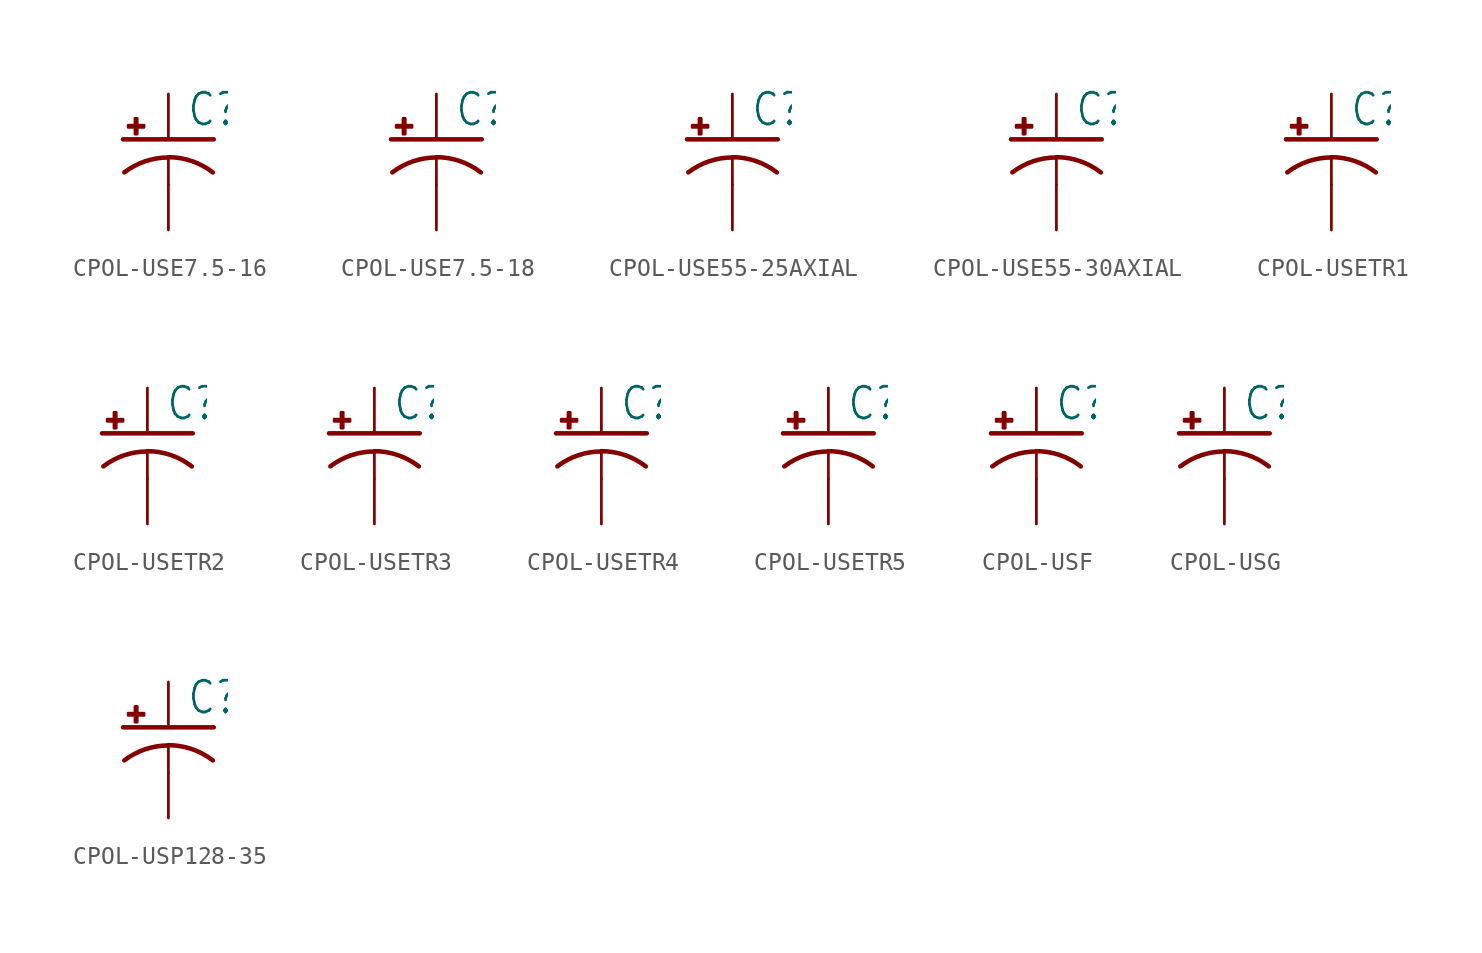
<source format=kicad_sym>
(kicad_symbol_lib
  (version 20231120)
  (generator "kicad_symbol_editor")
  (generator_version "8.0")
  (symbol "CPOL-USE7.5-16"
    (property "Reference" "C"
      (at 1.016 0.635 0)
      (effects (font (size 1.778 1.511)) (justify left bottom)))
    (property "Value" ""
      (at 1.016 -4.191 0)
      (effects (font (size 1.778 1.511)) (justify left bottom)))
    (property "ki_locked" ""
      (at 0 0 0)
      (effects (font (size 1.27 1.27))))
    (symbol "CPOL-USE7.5-16_1_0"
      (rectangle (start -2.253 0.668) (end -1.364 0.795) (stroke (width 0) (type default)) (fill (type outline)))
      (rectangle (start -1.872 0.287) (end -1.745 1.176) (stroke (width 0) (type default)) (fill (type outline)))
      (arc (start 0 -1.0161) (mid -1.3021 -1.2303) (end -2.4669 -1.8504) (stroke (width 0.254) (type solid)) (fill (type none)))
      (polyline (pts (xy -2.54 0) (xy 2.54 0)) (stroke (width 0.254) (type solid)) (fill (type none)))
      (polyline (pts (xy 0 -1.016) (xy 0 -2.54)) (stroke (width 0.152) (type solid)) (fill (type none)))
      (arc (start 2.4892 -1.8541) (mid 1.3158 -1.2194) (end 0 -1) (stroke (width 0.254) (type solid)) (fill (type none)))
      (pin passive line (at 0 2.54 270) (length 2.54) (name "+" (effects (font (size 0 0)))) (number "+" (effects (font (size 0 0)))))
      (pin passive line (at 0 -5.08 90) (length 2.54) (name "-" (effects (font (size 0 0)))) (number "-" (effects (font (size 0 0)))))))
  (symbol "CPOL-USE7.5-18"
    (property "Reference" "C"
      (at 1.016 0.635 0)
      (effects (font (size 1.778 1.511)) (justify left bottom)))
    (property "Value" ""
      (at 1.016 -4.191 0)
      (effects (font (size 1.778 1.511)) (justify left bottom)))
    (property "ki_locked" ""
      (at 0 0 0)
      (effects (font (size 1.27 1.27))))
    (symbol "CPOL-USE7.5-18_1_0"
      (rectangle (start -2.253 0.668) (end -1.364 0.795) (stroke (width 0) (type default)) (fill (type outline)))
      (rectangle (start -1.872 0.287) (end -1.745 1.176) (stroke (width 0) (type default)) (fill (type outline)))
      (arc (start 0 -1.0161) (mid -1.3021 -1.2303) (end -2.4669 -1.8504) (stroke (width 0.254) (type solid)) (fill (type none)))
      (polyline (pts (xy -2.54 0) (xy 2.54 0)) (stroke (width 0.254) (type solid)) (fill (type none)))
      (polyline (pts (xy 0 -1.016) (xy 0 -2.54)) (stroke (width 0.152) (type solid)) (fill (type none)))
      (arc (start 2.4892 -1.8541) (mid 1.3158 -1.2194) (end 0 -1) (stroke (width 0.254) (type solid)) (fill (type none)))
      (pin passive line (at 0 2.54 270) (length 2.54) (name "+" (effects (font (size 0 0)))) (number "+" (effects (font (size 0 0)))))
      (pin passive line (at 0 -5.08 90) (length 2.54) (name "-" (effects (font (size 0 0)))) (number "-" (effects (font (size 0 0)))))))
  (symbol "CPOL-USE55-25AXIAL"
    (property "Reference" "C"
      (at 1.016 0.635 0)
      (effects (font (size 1.778 1.511)) (justify left bottom)))
    (property "Value" ""
      (at 1.016 -4.191 0)
      (effects (font (size 1.778 1.511)) (justify left bottom)))
    (property "ki_locked" ""
      (at 0 0 0)
      (effects (font (size 1.27 1.27))))
    (symbol "CPOL-USE55-25AXIAL_1_0"
      (rectangle (start -2.253 0.668) (end -1.364 0.795) (stroke (width 0) (type default)) (fill (type outline)))
      (rectangle (start -1.872 0.287) (end -1.745 1.176) (stroke (width 0) (type default)) (fill (type outline)))
      (arc (start 0 -1.0161) (mid -1.3021 -1.2303) (end -2.4669 -1.8504) (stroke (width 0.254) (type solid)) (fill (type none)))
      (polyline (pts (xy -2.54 0) (xy 2.54 0)) (stroke (width 0.254) (type solid)) (fill (type none)))
      (polyline (pts (xy 0 -1.016) (xy 0 -2.54)) (stroke (width 0.152) (type solid)) (fill (type none)))
      (arc (start 2.4892 -1.8541) (mid 1.3158 -1.2194) (end 0 -1) (stroke (width 0.254) (type solid)) (fill (type none)))
      (pin passive line (at 0 2.54 270) (length 2.54) (name "+" (effects (font (size 0 0)))) (number "+" (effects (font (size 0 0)))))
      (pin passive line (at 0 -5.08 90) (length 2.54) (name "-" (effects (font (size 0 0)))) (number "-" (effects (font (size 0 0)))))))
  (symbol "CPOL-USE55-30AXIAL"
    (property "Reference" "C"
      (at 1.016 0.635 0)
      (effects (font (size 1.778 1.511)) (justify left bottom)))
    (property "Value" ""
      (at 1.016 -4.191 0)
      (effects (font (size 1.778 1.511)) (justify left bottom)))
    (property "ki_locked" ""
      (at 0 0 0)
      (effects (font (size 1.27 1.27))))
    (symbol "CPOL-USE55-30AXIAL_1_0"
      (rectangle (start -2.253 0.668) (end -1.364 0.795) (stroke (width 0) (type default)) (fill (type outline)))
      (rectangle (start -1.872 0.287) (end -1.745 1.176) (stroke (width 0) (type default)) (fill (type outline)))
      (arc (start 0 -1.0161) (mid -1.3021 -1.2303) (end -2.4669 -1.8504) (stroke (width 0.254) (type solid)) (fill (type none)))
      (polyline (pts (xy -2.54 0) (xy 2.54 0)) (stroke (width 0.254) (type solid)) (fill (type none)))
      (polyline (pts (xy 0 -1.016) (xy 0 -2.54)) (stroke (width 0.152) (type solid)) (fill (type none)))
      (arc (start 2.4892 -1.8541) (mid 1.3158 -1.2194) (end 0 -1) (stroke (width 0.254) (type solid)) (fill (type none)))
      (pin passive line (at 0 2.54 270) (length 2.54) (name "+" (effects (font (size 0 0)))) (number "+" (effects (font (size 0 0)))))
      (pin passive line (at 0 -5.08 90) (length 2.54) (name "-" (effects (font (size 0 0)))) (number "-" (effects (font (size 0 0)))))))
  (symbol "CPOL-USETR1"
    (property "Reference" "C"
      (at 1.016 0.635 0)
      (effects (font (size 1.778 1.511)) (justify left bottom)))
    (property "Value" ""
      (at 1.016 -4.191 0)
      (effects (font (size 1.778 1.511)) (justify left bottom)))
    (property "ki_locked" ""
      (at 0 0 0)
      (effects (font (size 1.27 1.27))))
    (symbol "CPOL-USETR1_1_0"
      (rectangle (start -2.253 0.668) (end -1.364 0.795) (stroke (width 0) (type default)) (fill (type outline)))
      (rectangle (start -1.872 0.287) (end -1.745 1.176) (stroke (width 0) (type default)) (fill (type outline)))
      (arc (start 0 -1.0161) (mid -1.3021 -1.2303) (end -2.4669 -1.8504) (stroke (width 0.254) (type solid)) (fill (type none)))
      (polyline (pts (xy -2.54 0) (xy 2.54 0)) (stroke (width 0.254) (type solid)) (fill (type none)))
      (polyline (pts (xy 0 -1.016) (xy 0 -2.54)) (stroke (width 0.152) (type solid)) (fill (type none)))
      (arc (start 2.4892 -1.8541) (mid 1.3158 -1.2194) (end 0 -1) (stroke (width 0.254) (type solid)) (fill (type none)))
      (pin passive line (at 0 2.54 270) (length 2.54) (name "+" (effects (font (size 0 0)))) (number "+" (effects (font (size 0 0)))))
      (pin passive line (at 0 -5.08 90) (length 2.54) (name "-" (effects (font (size 0 0)))) (number "-" (effects (font (size 0 0)))))))
  (symbol "CPOL-USETR2"
    (property "Reference" "C"
      (at 1.016 0.635 0)
      (effects (font (size 1.778 1.511)) (justify left bottom)))
    (property "Value" ""
      (at 1.016 -4.191 0)
      (effects (font (size 1.778 1.511)) (justify left bottom)))
    (property "ki_locked" ""
      (at 0 0 0)
      (effects (font (size 1.27 1.27))))
    (symbol "CPOL-USETR2_1_0"
      (rectangle (start -2.253 0.668) (end -1.364 0.795) (stroke (width 0) (type default)) (fill (type outline)))
      (rectangle (start -1.872 0.287) (end -1.745 1.176) (stroke (width 0) (type default)) (fill (type outline)))
      (arc (start 0 -1.0161) (mid -1.3021 -1.2303) (end -2.4669 -1.8504) (stroke (width 0.254) (type solid)) (fill (type none)))
      (polyline (pts (xy -2.54 0) (xy 2.54 0)) (stroke (width 0.254) (type solid)) (fill (type none)))
      (polyline (pts (xy 0 -1.016) (xy 0 -2.54)) (stroke (width 0.152) (type solid)) (fill (type none)))
      (arc (start 2.4892 -1.8541) (mid 1.3158 -1.2194) (end 0 -1) (stroke (width 0.254) (type solid)) (fill (type none)))
      (pin passive line (at 0 2.54 270) (length 2.54) (name "+" (effects (font (size 0 0)))) (number "+" (effects (font (size 0 0)))))
      (pin passive line (at 0 -5.08 90) (length 2.54) (name "-" (effects (font (size 0 0)))) (number "-" (effects (font (size 0 0)))))))
  (symbol "CPOL-USETR3"
    (property "Reference" "C"
      (at 1.016 0.635 0)
      (effects (font (size 1.778 1.511)) (justify left bottom)))
    (property "Value" ""
      (at 1.016 -4.191 0)
      (effects (font (size 1.778 1.511)) (justify left bottom)))
    (property "ki_locked" ""
      (at 0 0 0)
      (effects (font (size 1.27 1.27))))
    (symbol "CPOL-USETR3_1_0"
      (rectangle (start -2.253 0.668) (end -1.364 0.795) (stroke (width 0) (type default)) (fill (type outline)))
      (rectangle (start -1.872 0.287) (end -1.745 1.176) (stroke (width 0) (type default)) (fill (type outline)))
      (arc (start 0 -1.0161) (mid -1.3021 -1.2303) (end -2.4669 -1.8504) (stroke (width 0.254) (type solid)) (fill (type none)))
      (polyline (pts (xy -2.54 0) (xy 2.54 0)) (stroke (width 0.254) (type solid)) (fill (type none)))
      (polyline (pts (xy 0 -1.016) (xy 0 -2.54)) (stroke (width 0.152) (type solid)) (fill (type none)))
      (arc (start 2.4892 -1.8541) (mid 1.3158 -1.2194) (end 0 -1) (stroke (width 0.254) (type solid)) (fill (type none)))
      (pin passive line (at 0 2.54 270) (length 2.54) (name "+" (effects (font (size 0 0)))) (number "+" (effects (font (size 0 0)))))
      (pin passive line (at 0 -5.08 90) (length 2.54) (name "-" (effects (font (size 0 0)))) (number "-" (effects (font (size 0 0)))))))
  (symbol "CPOL-USETR4"
    (property "Reference" "C"
      (at 1.016 0.635 0)
      (effects (font (size 1.778 1.511)) (justify left bottom)))
    (property "Value" ""
      (at 1.016 -4.191 0)
      (effects (font (size 1.778 1.511)) (justify left bottom)))
    (property "ki_locked" ""
      (at 0 0 0)
      (effects (font (size 1.27 1.27))))
    (symbol "CPOL-USETR4_1_0"
      (rectangle (start -2.253 0.668) (end -1.364 0.795) (stroke (width 0) (type default)) (fill (type outline)))
      (rectangle (start -1.872 0.287) (end -1.745 1.176) (stroke (width 0) (type default)) (fill (type outline)))
      (arc (start 0 -1.0161) (mid -1.3021 -1.2303) (end -2.4669 -1.8504) (stroke (width 0.254) (type solid)) (fill (type none)))
      (polyline (pts (xy -2.54 0) (xy 2.54 0)) (stroke (width 0.254) (type solid)) (fill (type none)))
      (polyline (pts (xy 0 -1.016) (xy 0 -2.54)) (stroke (width 0.152) (type solid)) (fill (type none)))
      (arc (start 2.4892 -1.8541) (mid 1.3158 -1.2194) (end 0 -1) (stroke (width 0.254) (type solid)) (fill (type none)))
      (pin passive line (at 0 2.54 270) (length 2.54) (name "+" (effects (font (size 0 0)))) (number "+" (effects (font (size 0 0)))))
      (pin passive line (at 0 -5.08 90) (length 2.54) (name "-" (effects (font (size 0 0)))) (number "-" (effects (font (size 0 0)))))))
  (symbol "CPOL-USETR5"
    (property "Reference" "C"
      (at 1.016 0.635 0)
      (effects (font (size 1.778 1.511)) (justify left bottom)))
    (property "Value" ""
      (at 1.016 -4.191 0)
      (effects (font (size 1.778 1.511)) (justify left bottom)))
    (property "ki_locked" ""
      (at 0 0 0)
      (effects (font (size 1.27 1.27))))
    (symbol "CPOL-USETR5_1_0"
      (rectangle (start -2.253 0.668) (end -1.364 0.795) (stroke (width 0) (type default)) (fill (type outline)))
      (rectangle (start -1.872 0.287) (end -1.745 1.176) (stroke (width 0) (type default)) (fill (type outline)))
      (arc (start 0 -1.0161) (mid -1.3021 -1.2303) (end -2.4669 -1.8504) (stroke (width 0.254) (type solid)) (fill (type none)))
      (polyline (pts (xy -2.54 0) (xy 2.54 0)) (stroke (width 0.254) (type solid)) (fill (type none)))
      (polyline (pts (xy 0 -1.016) (xy 0 -2.54)) (stroke (width 0.152) (type solid)) (fill (type none)))
      (arc (start 2.4892 -1.8541) (mid 1.3158 -1.2194) (end 0 -1) (stroke (width 0.254) (type solid)) (fill (type none)))
      (pin passive line (at 0 2.54 270) (length 2.54) (name "+" (effects (font (size 0 0)))) (number "+" (effects (font (size 0 0)))))
      (pin passive line (at 0 -5.08 90) (length 2.54) (name "-" (effects (font (size 0 0)))) (number "-" (effects (font (size 0 0)))))))
  (symbol "CPOL-USF"
    (property "Reference" "C"
      (at 1.016 0.635 0)
      (effects (font (size 1.778 1.511)) (justify left bottom)))
    (property "Value" ""
      (at 1.016 -4.191 0)
      (effects (font (size 1.778 1.511)) (justify left bottom)))
    (property "ki_locked" ""
      (at 0 0 0)
      (effects (font (size 1.27 1.27))))
    (symbol "CPOL-USF_1_0"
      (rectangle (start -2.253 0.668) (end -1.364 0.795) (stroke (width 0) (type default)) (fill (type outline)))
      (rectangle (start -1.872 0.287) (end -1.745 1.176) (stroke (width 0) (type default)) (fill (type outline)))
      (arc (start 0 -1.0161) (mid -1.3021 -1.2303) (end -2.4669 -1.8504) (stroke (width 0.254) (type solid)) (fill (type none)))
      (polyline (pts (xy -2.54 0) (xy 2.54 0)) (stroke (width 0.254) (type solid)) (fill (type none)))
      (polyline (pts (xy 0 -1.016) (xy 0 -2.54)) (stroke (width 0.152) (type solid)) (fill (type none)))
      (arc (start 2.4892 -1.8541) (mid 1.3158 -1.2194) (end 0 -1) (stroke (width 0.254) (type solid)) (fill (type none)))
      (pin passive line (at 0 2.54 270) (length 2.54) (name "+" (effects (font (size 0 0)))) (number "+" (effects (font (size 0 0)))))
      (pin passive line (at 0 -5.08 90) (length 2.54) (name "-" (effects (font (size 0 0)))) (number "-" (effects (font (size 0 0)))))))
  (symbol "CPOL-USG"
    (property "Reference" "C"
      (at 1.016 0.635 0)
      (effects (font (size 1.778 1.511)) (justify left bottom)))
    (property "Value" ""
      (at 1.016 -4.191 0)
      (effects (font (size 1.778 1.511)) (justify left bottom)))
    (property "ki_locked" ""
      (at 0 0 0)
      (effects (font (size 1.27 1.27))))
    (symbol "CPOL-USG_1_0"
      (rectangle (start -2.253 0.668) (end -1.364 0.795) (stroke (width 0) (type default)) (fill (type outline)))
      (rectangle (start -1.872 0.287) (end -1.745 1.176) (stroke (width 0) (type default)) (fill (type outline)))
      (arc (start 0 -1.0161) (mid -1.3021 -1.2303) (end -2.4669 -1.8504) (stroke (width 0.254) (type solid)) (fill (type none)))
      (polyline (pts (xy -2.54 0) (xy 2.54 0)) (stroke (width 0.254) (type solid)) (fill (type none)))
      (polyline (pts (xy 0 -1.016) (xy 0 -2.54)) (stroke (width 0.152) (type solid)) (fill (type none)))
      (arc (start 2.4892 -1.8541) (mid 1.3158 -1.2194) (end 0 -1) (stroke (width 0.254) (type solid)) (fill (type none)))
      (pin passive line (at 0 2.54 270) (length 2.54) (name "+" (effects (font (size 0 0)))) (number "+" (effects (font (size 0 0)))))
      (pin passive line (at 0 -5.08 90) (length 2.54) (name "-" (effects (font (size 0 0)))) (number "-" (effects (font (size 0 0)))))))
  (symbol "CPOL-USP128-35"
    (property "Reference" "C"
      (at 1.016 0.635 0)
      (effects (font (size 1.778 1.511)) (justify left bottom)))
    (property "Value" ""
      (at 1.016 -4.191 0)
      (effects (font (size 1.778 1.511)) (justify left bottom)))
    (property "ki_locked" ""
      (at 0 0 0)
      (effects (font (size 1.27 1.27))))
    (symbol "CPOL-USP128-35_1_0"
      (rectangle (start -2.253 0.668) (end -1.364 0.795) (stroke (width 0) (type default)) (fill (type outline)))
      (rectangle (start -1.872 0.287) (end -1.745 1.176) (stroke (width 0) (type default)) (fill (type outline)))
      (arc (start 0 -1.0161) (mid -1.3021 -1.2303) (end -2.4669 -1.8504) (stroke (width 0.254) (type solid)) (fill (type none)))
      (polyline (pts (xy -2.54 0) (xy 2.54 0)) (stroke (width 0.254) (type solid)) (fill (type none)))
      (polyline (pts (xy 0 -1.016) (xy 0 -2.54)) (stroke (width 0.152) (type solid)) (fill (type none)))
      (arc (start 2.4892 -1.8541) (mid 1.3158 -1.2194) (end 0 -1) (stroke (width 0.254) (type solid)) (fill (type none)))
      (pin passive line (at 0 2.54 270) (length 2.54) (name "+" (effects (font (size 0 0)))) (number "+" (effects (font (size 0 0)))))
      (pin passive line (at 0 -5.08 90) (length 2.54) (name "-" (effects (font (size 0 0)))) (number "-" (effects (font (size 0 0))))))))
</source>
